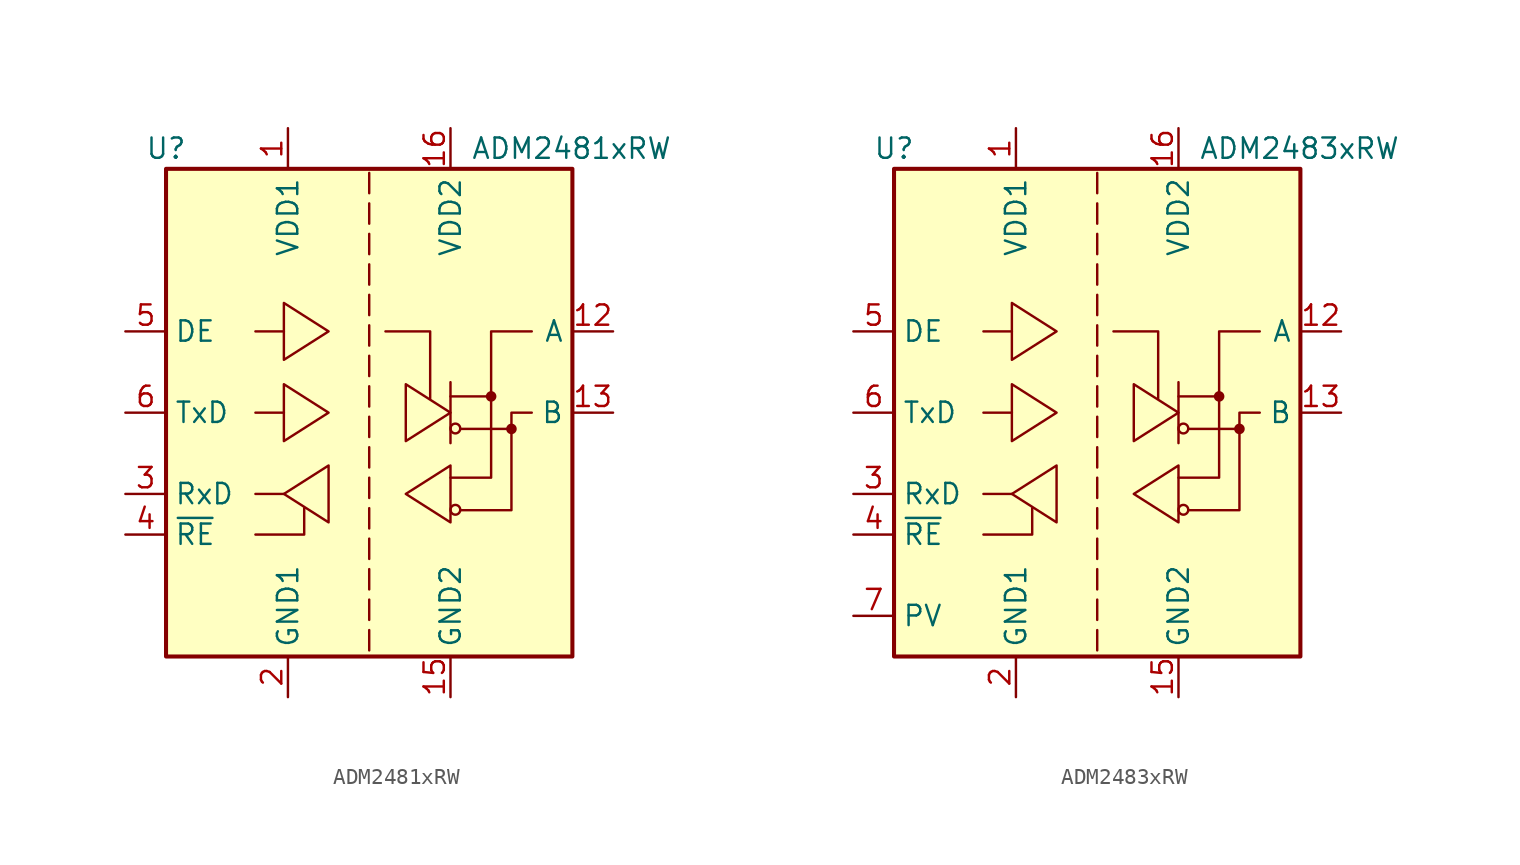
<source format=kicad_sym>
(kicad_symbol_lib
  (version 20200908)
  (generator kicad_symbol_editor)
  (symbol "Interface_UART:ADM2481xRW"
    (property "Reference" "U"
      (at -12.7 16.51 0)
      (effects (font (size 1.27 1.27))))
    (property "Value" "ADM2481xRW"
      (at 6.35 16.51 0)
      (effects (font (size 1.27 1.27)) (justify left)))
    (symbol "ADM2481xRW_0_1"
      (circle (center 5.385 -6.071) (radius 0.305) (stroke (width 0)) (fill (type none)))
      (circle (center 5.385 -0.991) (radius 0.305) (stroke (width 0)) (fill (type none)))
      (circle (center 7.62 1.016) (radius 0.254) (stroke (width 0)) (fill (type outline)))
      (circle (center 8.89 -1.016) (radius 0.254) (stroke (width 0)) (fill (type outline)))
      (rectangle (start -12.7 15.24) (end 12.7 -15.24) (stroke (width 0.254)) (fill (type background)))
      (polyline (pts (xy -5.334 -5.08) (xy -7.112 -5.08)) (stroke (width 0)) (fill (type none)))
      (polyline (pts (xy -5.334 0) (xy -7.112 0)) (stroke (width 0)) (fill (type none)))
      (polyline (pts (xy -5.334 5.08) (xy -7.112 5.08)) (stroke (width 0)) (fill (type none)))
      (polyline (pts (xy 5.08 1.016) (xy 7.62 1.016)) (stroke (width 0)) (fill (type none)))
      (polyline (pts (xy 5.08 1.905) (xy 5.08 -1.905)) (stroke (width 0)) (fill (type none)))
      (polyline (pts (xy 5.715 -1.016) (xy 8.89 -1.016)) (stroke (width 0)) (fill (type none)))
      (polyline (pts (xy -7.112 -7.62) (xy -4.064 -7.62) (xy -4.064 -5.969)) (stroke (width 0)) (fill (type none)))
      (polyline (pts (xy 1.016 5.08) (xy 3.81 5.08) (xy 3.81 0.889)) (stroke (width 0)) (fill (type none)))
      (polyline (pts (xy -5.334 -5.08) (xy -2.54 -3.302) (xy -2.54 -6.858) (xy -5.334 -5.08)) (stroke (width 0)) (fill (type none)))
      (polyline (pts (xy -2.54 0) (xy -5.334 1.778) (xy -5.334 -1.778) (xy -2.54 0)) (stroke (width 0)) (fill (type none)))
      (polyline (pts (xy -2.54 5.08) (xy -5.334 6.858) (xy -5.334 3.302) (xy -2.54 5.08)) (stroke (width 0)) (fill (type none)))
      (polyline (pts (xy 2.286 -5.08) (xy 5.08 -3.302) (xy 5.08 -6.858) (xy 2.286 -5.08)) (stroke (width 0)) (fill (type none)))
      (polyline (pts (xy 5.08 -4.064) (xy 7.62 -4.064) (xy 7.62 5.08) (xy 10.16 5.08)) (stroke (width 0)) (fill (type none)))
      (polyline (pts (xy 5.08 0) (xy 2.286 1.778) (xy 2.286 -1.778) (xy 5.08 0)) (stroke (width 0)) (fill (type none)))
      (polyline (pts (xy 5.715 -6.096) (xy 8.89 -6.096) (xy 8.89 0) (xy 10.16 0)) (stroke (width 0)) (fill (type none))))
    (symbol "ADM2481xRW_0_0"
      (polyline (pts (xy 0 -13.589) (xy 0 -14.859)) (stroke (width 0)) (fill (type none)))
      (polyline (pts (xy 0 -11.684) (xy 0 -12.954)) (stroke (width 0)) (fill (type none)))
      (polyline (pts (xy 0 -9.779) (xy 0 -11.049)) (stroke (width 0)) (fill (type none)))
      (polyline (pts (xy 0 -7.874) (xy 0 -9.144)) (stroke (width 0)) (fill (type none)))
      (polyline (pts (xy 0 -5.969) (xy 0 -7.239)) (stroke (width 0)) (fill (type none)))
      (polyline (pts (xy 0 -4.064) (xy 0 -5.334)) (stroke (width 0)) (fill (type none)))
      (polyline (pts (xy 0 -2.159) (xy 0 -3.429)) (stroke (width 0)) (fill (type none)))
      (polyline (pts (xy 0 -0.254) (xy 0 -1.524)) (stroke (width 0)) (fill (type none)))
      (polyline (pts (xy 0 1.651) (xy 0 0.381)) (stroke (width 0)) (fill (type none)))
      (polyline (pts (xy 0 3.556) (xy 0 2.286)) (stroke (width 0)) (fill (type none)))
      (polyline (pts (xy 0 5.461) (xy 0 4.191)) (stroke (width 0)) (fill (type none)))
      (polyline (pts (xy 0 7.366) (xy 0 6.096)) (stroke (width 0)) (fill (type none)))
      (polyline (pts (xy 0 9.271) (xy 0 8.001)) (stroke (width 0)) (fill (type none)))
      (polyline (pts (xy 0 11.176) (xy 0 9.906)) (stroke (width 0)) (fill (type none)))
      (polyline (pts (xy 0 13.081) (xy 0 11.811)) (stroke (width 0)) (fill (type none)))
      (polyline (pts (xy 0 14.986) (xy 0 13.716)) (stroke (width 0)) (fill (type none))))
    (symbol "ADM2481xRW_1_1"
      (pin power_in line (at -5.08 17.78 270) (length 2.54) (name "VDD1" (effects (font (size 1.27 1.27)))) (number "1" (effects (font (size 1.27 1.27)))))
      (pin passive line (at 5.08 -17.78 90) (length 2.54) hide (name "GND2" (effects (font (size 1.27 1.27)))) (number "10" (effects (font (size 1.27 1.27)))))
      (pin unconnected line (at 12.7 -7.62 180) (length 2.54) hide (name "NC" (effects (font (size 1.27 1.27)))) (number "11" (effects (font (size 1.27 1.27)))))
      (pin bidirectional line (at 15.24 5.08 180) (length 2.54) (name "A" (effects (font (size 1.27 1.27)))) (number "12" (effects (font (size 1.27 1.27)))))
      (pin bidirectional line (at 15.24 0 180) (length 2.54) (name "B" (effects (font (size 1.27 1.27)))) (number "13" (effects (font (size 1.27 1.27)))))
      (pin unconnected line (at 12.7 7.62 180) (length 2.54) hide (name "NC" (effects (font (size 1.27 1.27)))) (number "14" (effects (font (size 1.27 1.27)))))
      (pin power_in line (at 5.08 -17.78 90) (length 2.54) (name "GND2" (effects (font (size 1.27 1.27)))) (number "15" (effects (font (size 1.27 1.27)))))
      (pin power_in line (at 5.08 17.78 270) (length 2.54) (name "VDD2" (effects (font (size 1.27 1.27)))) (number "16" (effects (font (size 1.27 1.27)))))
      (pin power_in line (at -5.08 -17.78 90) (length 2.54) (name "GND1" (effects (font (size 1.27 1.27)))) (number "2" (effects (font (size 1.27 1.27)))))
      (pin output line (at -15.24 -5.08 0) (length 2.54) (name "RxD" (effects (font (size 1.27 1.27)))) (number "3" (effects (font (size 1.27 1.27)))))
      (pin input line (at -15.24 -7.62 0) (length 2.54) (name "~RE" (effects (font (size 1.27 1.27)))) (number "4" (effects (font (size 1.27 1.27)))))
      (pin input line (at -15.24 5.08 0) (length 2.54) (name "DE" (effects (font (size 1.27 1.27)))) (number "5" (effects (font (size 1.27 1.27)))))
      (pin input line (at -15.24 0 0) (length 2.54) (name "TxD" (effects (font (size 1.27 1.27)))) (number "6" (effects (font (size 1.27 1.27)))))
      (pin passive line (at -5.08 -17.78 90) (length 2.54) hide (name "GND1" (effects (font (size 1.27 1.27)))) (number "7" (effects (font (size 1.27 1.27)))))
      (pin passive line (at -5.08 -17.78 90) (length 2.54) hide (name "GND1" (effects (font (size 1.27 1.27)))) (number "8" (effects (font (size 1.27 1.27)))))
      (pin passive line (at 5.08 -17.78 90) (length 2.54) hide (name "GND2" (effects (font (size 1.27 1.27)))) (number "9" (effects (font (size 1.27 1.27)))))))
  (symbol "Interface_UART:ADM2483xRW"
    (property "Reference" "U"
      (at -12.7 16.51 0)
      (effects (font (size 1.27 1.27))))
    (property "Value" "ADM2483xRW"
      (at 6.35 16.51 0)
      (effects (font (size 1.27 1.27)) (justify left)))
    (symbol "ADM2483xRW_0_1"
      (circle (center 5.385 -6.071) (radius 0.305) (stroke (width 0)) (fill (type none)))
      (circle (center 5.385 -0.991) (radius 0.305) (stroke (width 0)) (fill (type none)))
      (circle (center 7.62 1.016) (radius 0.254) (stroke (width 0)) (fill (type outline)))
      (circle (center 8.89 -1.016) (radius 0.254) (stroke (width 0)) (fill (type outline)))
      (rectangle (start -12.7 15.24) (end 12.7 -15.24) (stroke (width 0.254)) (fill (type background)))
      (polyline (pts (xy -5.334 -5.08) (xy -7.112 -5.08)) (stroke (width 0)) (fill (type none)))
      (polyline (pts (xy -5.334 0) (xy -7.112 0)) (stroke (width 0)) (fill (type none)))
      (polyline (pts (xy -5.334 5.08) (xy -7.112 5.08)) (stroke (width 0)) (fill (type none)))
      (polyline (pts (xy 5.08 1.016) (xy 7.62 1.016)) (stroke (width 0)) (fill (type none)))
      (polyline (pts (xy 5.08 1.905) (xy 5.08 -1.905)) (stroke (width 0)) (fill (type none)))
      (polyline (pts (xy 5.715 -1.016) (xy 8.89 -1.016)) (stroke (width 0)) (fill (type none)))
      (polyline (pts (xy -7.112 -7.62) (xy -4.064 -7.62) (xy -4.064 -5.969)) (stroke (width 0)) (fill (type none)))
      (polyline (pts (xy 1.016 5.08) (xy 3.81 5.08) (xy 3.81 0.889)) (stroke (width 0)) (fill (type none)))
      (polyline (pts (xy -5.334 -5.08) (xy -2.54 -3.302) (xy -2.54 -6.858) (xy -5.334 -5.08)) (stroke (width 0)) (fill (type none)))
      (polyline (pts (xy -2.54 0) (xy -5.334 1.778) (xy -5.334 -1.778) (xy -2.54 0)) (stroke (width 0)) (fill (type none)))
      (polyline (pts (xy -2.54 5.08) (xy -5.334 6.858) (xy -5.334 3.302) (xy -2.54 5.08)) (stroke (width 0)) (fill (type none)))
      (polyline (pts (xy 2.286 -5.08) (xy 5.08 -3.302) (xy 5.08 -6.858) (xy 2.286 -5.08)) (stroke (width 0)) (fill (type none)))
      (polyline (pts (xy 5.08 -4.064) (xy 7.62 -4.064) (xy 7.62 5.08) (xy 10.16 5.08)) (stroke (width 0)) (fill (type none)))
      (polyline (pts (xy 5.08 0) (xy 2.286 1.778) (xy 2.286 -1.778) (xy 5.08 0)) (stroke (width 0)) (fill (type none)))
      (polyline (pts (xy 5.715 -6.096) (xy 8.89 -6.096) (xy 8.89 0) (xy 10.16 0)) (stroke (width 0)) (fill (type none))))
    (symbol "ADM2483xRW_0_0"
      (polyline (pts (xy 0 -13.589) (xy 0 -14.859)) (stroke (width 0)) (fill (type none)))
      (polyline (pts (xy 0 -11.684) (xy 0 -12.954)) (stroke (width 0)) (fill (type none)))
      (polyline (pts (xy 0 -9.779) (xy 0 -11.049)) (stroke (width 0)) (fill (type none)))
      (polyline (pts (xy 0 -7.874) (xy 0 -9.144)) (stroke (width 0)) (fill (type none)))
      (polyline (pts (xy 0 -5.969) (xy 0 -7.239)) (stroke (width 0)) (fill (type none)))
      (polyline (pts (xy 0 -4.064) (xy 0 -5.334)) (stroke (width 0)) (fill (type none)))
      (polyline (pts (xy 0 -2.159) (xy 0 -3.429)) (stroke (width 0)) (fill (type none)))
      (polyline (pts (xy 0 -0.254) (xy 0 -1.524)) (stroke (width 0)) (fill (type none)))
      (polyline (pts (xy 0 1.651) (xy 0 0.381)) (stroke (width 0)) (fill (type none)))
      (polyline (pts (xy 0 3.556) (xy 0 2.286)) (stroke (width 0)) (fill (type none)))
      (polyline (pts (xy 0 5.461) (xy 0 4.191)) (stroke (width 0)) (fill (type none)))
      (polyline (pts (xy 0 7.366) (xy 0 6.096)) (stroke (width 0)) (fill (type none)))
      (polyline (pts (xy 0 9.271) (xy 0 8.001)) (stroke (width 0)) (fill (type none)))
      (polyline (pts (xy 0 11.176) (xy 0 9.906)) (stroke (width 0)) (fill (type none)))
      (polyline (pts (xy 0 13.081) (xy 0 11.811)) (stroke (width 0)) (fill (type none)))
      (polyline (pts (xy 0 14.986) (xy 0 13.716)) (stroke (width 0)) (fill (type none))))
    (symbol "ADM2483xRW_1_1"
      (pin power_in line (at -5.08 17.78 270) (length 2.54) (name "VDD1" (effects (font (size 1.27 1.27)))) (number "1" (effects (font (size 1.27 1.27)))))
      (pin unconnected line (at 7.62 -15.24 90) (length 2.54) hide (name "NC" (effects (font (size 1.27 1.27)))) (number "10" (effects (font (size 1.27 1.27)))))
      (pin unconnected line (at 12.7 -7.62 180) (length 2.54) hide (name "NC" (effects (font (size 1.27 1.27)))) (number "11" (effects (font (size 1.27 1.27)))))
      (pin bidirectional line (at 15.24 5.08 180) (length 2.54) (name "A" (effects (font (size 1.27 1.27)))) (number "12" (effects (font (size 1.27 1.27)))))
      (pin bidirectional line (at 15.24 0 180) (length 2.54) (name "B" (effects (font (size 1.27 1.27)))) (number "13" (effects (font (size 1.27 1.27)))))
      (pin unconnected line (at 12.7 7.62 180) (length 2.54) hide (name "NC" (effects (font (size 1.27 1.27)))) (number "14" (effects (font (size 1.27 1.27)))))
      (pin power_in line (at 5.08 -17.78 90) (length 2.54) (name "GND2" (effects (font (size 1.27 1.27)))) (number "15" (effects (font (size 1.27 1.27)))))
      (pin power_in line (at 5.08 17.78 270) (length 2.54) (name "VDD2" (effects (font (size 1.27 1.27)))) (number "16" (effects (font (size 1.27 1.27)))))
      (pin power_in line (at -5.08 -17.78 90) (length 2.54) (name "GND1" (effects (font (size 1.27 1.27)))) (number "2" (effects (font (size 1.27 1.27)))))
      (pin output line (at -15.24 -5.08 0) (length 2.54) (name "RxD" (effects (font (size 1.27 1.27)))) (number "3" (effects (font (size 1.27 1.27)))))
      (pin input line (at -15.24 -7.62 0) (length 2.54) (name "~RE" (effects (font (size 1.27 1.27)))) (number "4" (effects (font (size 1.27 1.27)))))
      (pin input line (at -15.24 5.08 0) (length 2.54) (name "DE" (effects (font (size 1.27 1.27)))) (number "5" (effects (font (size 1.27 1.27)))))
      (pin input line (at -15.24 0 0) (length 2.54) (name "TxD" (effects (font (size 1.27 1.27)))) (number "6" (effects (font (size 1.27 1.27)))))
      (pin input line (at -15.24 -12.7 0) (length 2.54) (name "PV" (effects (font (size 1.27 1.27)))) (number "7" (effects (font (size 1.27 1.27)))))
      (pin passive line (at -5.08 -17.78 90) (length 2.54) hide (name "GND1" (effects (font (size 1.27 1.27)))) (number "8" (effects (font (size 1.27 1.27)))))
      (pin passive line (at 5.08 -17.78 90) (length 2.54) hide (name "GND2" (effects (font (size 1.27 1.27)))) (number "9" (effects (font (size 1.27 1.27))))))))
</source>
